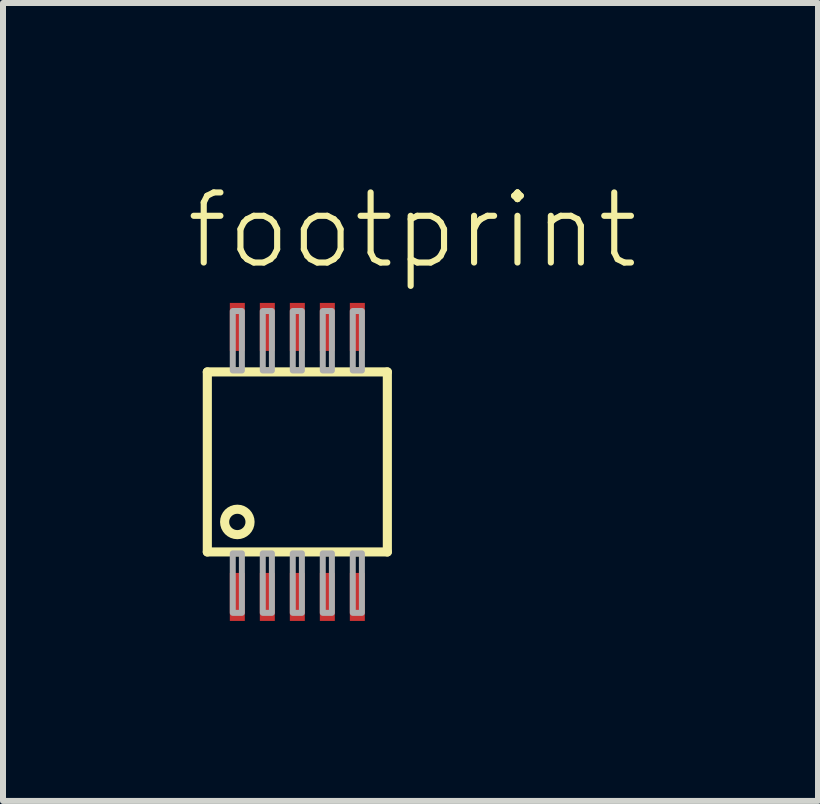
<source format=kicad_pcb>
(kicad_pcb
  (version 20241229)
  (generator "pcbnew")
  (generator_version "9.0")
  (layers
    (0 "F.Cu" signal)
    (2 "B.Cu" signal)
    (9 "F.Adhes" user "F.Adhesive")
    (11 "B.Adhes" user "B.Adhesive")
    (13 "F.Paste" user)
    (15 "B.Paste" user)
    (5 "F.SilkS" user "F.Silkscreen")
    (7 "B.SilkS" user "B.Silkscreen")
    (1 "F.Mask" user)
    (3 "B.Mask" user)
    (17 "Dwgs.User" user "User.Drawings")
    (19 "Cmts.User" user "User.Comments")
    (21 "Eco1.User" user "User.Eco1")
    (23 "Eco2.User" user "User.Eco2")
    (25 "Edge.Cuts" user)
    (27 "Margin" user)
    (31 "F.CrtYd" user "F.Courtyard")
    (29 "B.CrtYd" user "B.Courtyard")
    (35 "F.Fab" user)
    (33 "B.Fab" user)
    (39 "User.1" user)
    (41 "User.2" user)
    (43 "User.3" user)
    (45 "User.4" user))
  (footprint "footprint"
    (layer "F.Cu")
    (at 1.905 4.648)
    (property "Reference" "footprint" (at -1.905 -3.175 0) (layer "F.SilkS") (effects (font (size 1.168 1.168) (thickness 0.102)) (justify left bottom)))
    (fp_line (start -1.5 -1.5) (end 1.5 -1.5) (stroke (width 0.152) (type solid)) (layer "F.SilkS"))
    (fp_line (start -1.5 1.5) (end -1.5 -1.5) (stroke (width 0.152) (type solid)) (layer "F.SilkS"))
    (fp_line (start 1.5 -1.5) (end 1.5 1.5) (stroke (width 0.152) (type solid)) (layer "F.SilkS"))
    (fp_line (start 1.5 1.5) (end -1.5 1.5) (stroke (width 0.152) (type solid)) (layer "F.SilkS"))
    (fp_circle (center -1 1) (end -0.788 1) (stroke (width 0.152) (type solid)) (fill no) (layer "F.SilkS"))
    (fp_poly (pts (xy -1.076 -1.524) (xy -0.924 -1.524) (xy -0.924 -2.515) (xy -1.076 -2.515)) (stroke (width 0.1) (type solid)) (fill no) (layer "F.Fab"))
    (fp_poly (pts (xy -1.076 2.515) (xy -0.924 2.515) (xy -0.924 1.524) (xy -1.076 1.524)) (stroke (width 0.1) (type solid)) (fill no) (layer "F.Fab"))
    (fp_poly (pts (xy -0.576 -1.524) (xy -0.424 -1.524) (xy -0.424 -2.515) (xy -0.576 -2.515)) (stroke (width 0.1) (type solid)) (fill no) (layer "F.Fab"))
    (fp_poly (pts (xy -0.576 2.515) (xy -0.424 2.515) (xy -0.424 1.524) (xy -0.576 1.524)) (stroke (width 0.1) (type solid)) (fill no) (layer "F.Fab"))
    (fp_poly (pts (xy -0.076 -1.524) (xy 0.076 -1.524) (xy 0.076 -2.515) (xy -0.076 -2.515)) (stroke (width 0.1) (type solid)) (fill no) (layer "F.Fab"))
    (fp_poly (pts (xy -0.076 2.515) (xy 0.076 2.515) (xy 0.076 1.524) (xy -0.076 1.524)) (stroke (width 0.1) (type solid)) (fill no) (layer "F.Fab"))
    (fp_poly (pts (xy 0.424 -1.524) (xy 0.576 -1.524) (xy 0.576 -2.515) (xy 0.424 -2.515)) (stroke (width 0.1) (type solid)) (fill no) (layer "F.Fab"))
    (fp_poly (pts (xy 0.424 2.515) (xy 0.576 2.515) (xy 0.576 1.524) (xy 0.424 1.524)) (stroke (width 0.1) (type solid)) (fill no) (layer "F.Fab"))
    (fp_poly (pts (xy 0.924 -1.524) (xy 1.076 -1.524) (xy 1.076 -2.515) (xy 0.924 -2.515)) (stroke (width 0.1) (type solid)) (fill no) (layer "F.Fab"))
    (fp_poly (pts (xy 0.924 2.515) (xy 1.076 2.515) (xy 1.076 1.524) (xy 0.924 1.524)) (stroke (width 0.1) (type solid)) (fill no) (layer "F.Fab"))
    (pad "1" smd rect (at -1 2.25) (size 0.25 0.8) (layers "F.Cu" "F.Mask" "F.Paste"))
    (pad "2" smd rect (at -0.5 2.25) (size 0.25 0.8) (layers "F.Cu" "F.Mask" "F.Paste"))
    (pad "3" smd rect (at 0 2.25) (size 0.25 0.8) (layers "F.Cu" "F.Mask" "F.Paste"))
    (pad "4" smd rect (at 0.5 2.25) (size 0.25 0.8) (layers "F.Cu" "F.Mask" "F.Paste"))
    (pad "5" smd rect (at 1 2.25) (size 0.25 0.8) (layers "F.Cu" "F.Mask" "F.Paste"))
    (pad "6" smd rect (at 1 -2.25) (size 0.25 0.8) (layers "F.Cu" "F.Mask" "F.Paste"))
    (pad "7" smd rect (at 0.5 -2.25) (size 0.25 0.8) (layers "F.Cu" "F.Mask" "F.Paste"))
    (pad "8" smd rect (at 0 -2.25) (size 0.25 0.8) (layers "F.Cu" "F.Mask" "F.Paste"))
    (pad "9" smd rect (at -0.5 -2.25) (size 0.25 0.8) (layers "F.Cu" "F.Mask" "F.Paste"))
    (pad "10" smd rect (at -1 -2.25) (size 0.25 0.8) (layers "F.Cu" "F.Mask" "F.Paste")))
  (gr_rect
    (start -3 -3)
    (end 10.582 10.298)
    (stroke (width 0.1) (type default))
    (fill no)
    (layer "Edge.Cuts")))
</source>
